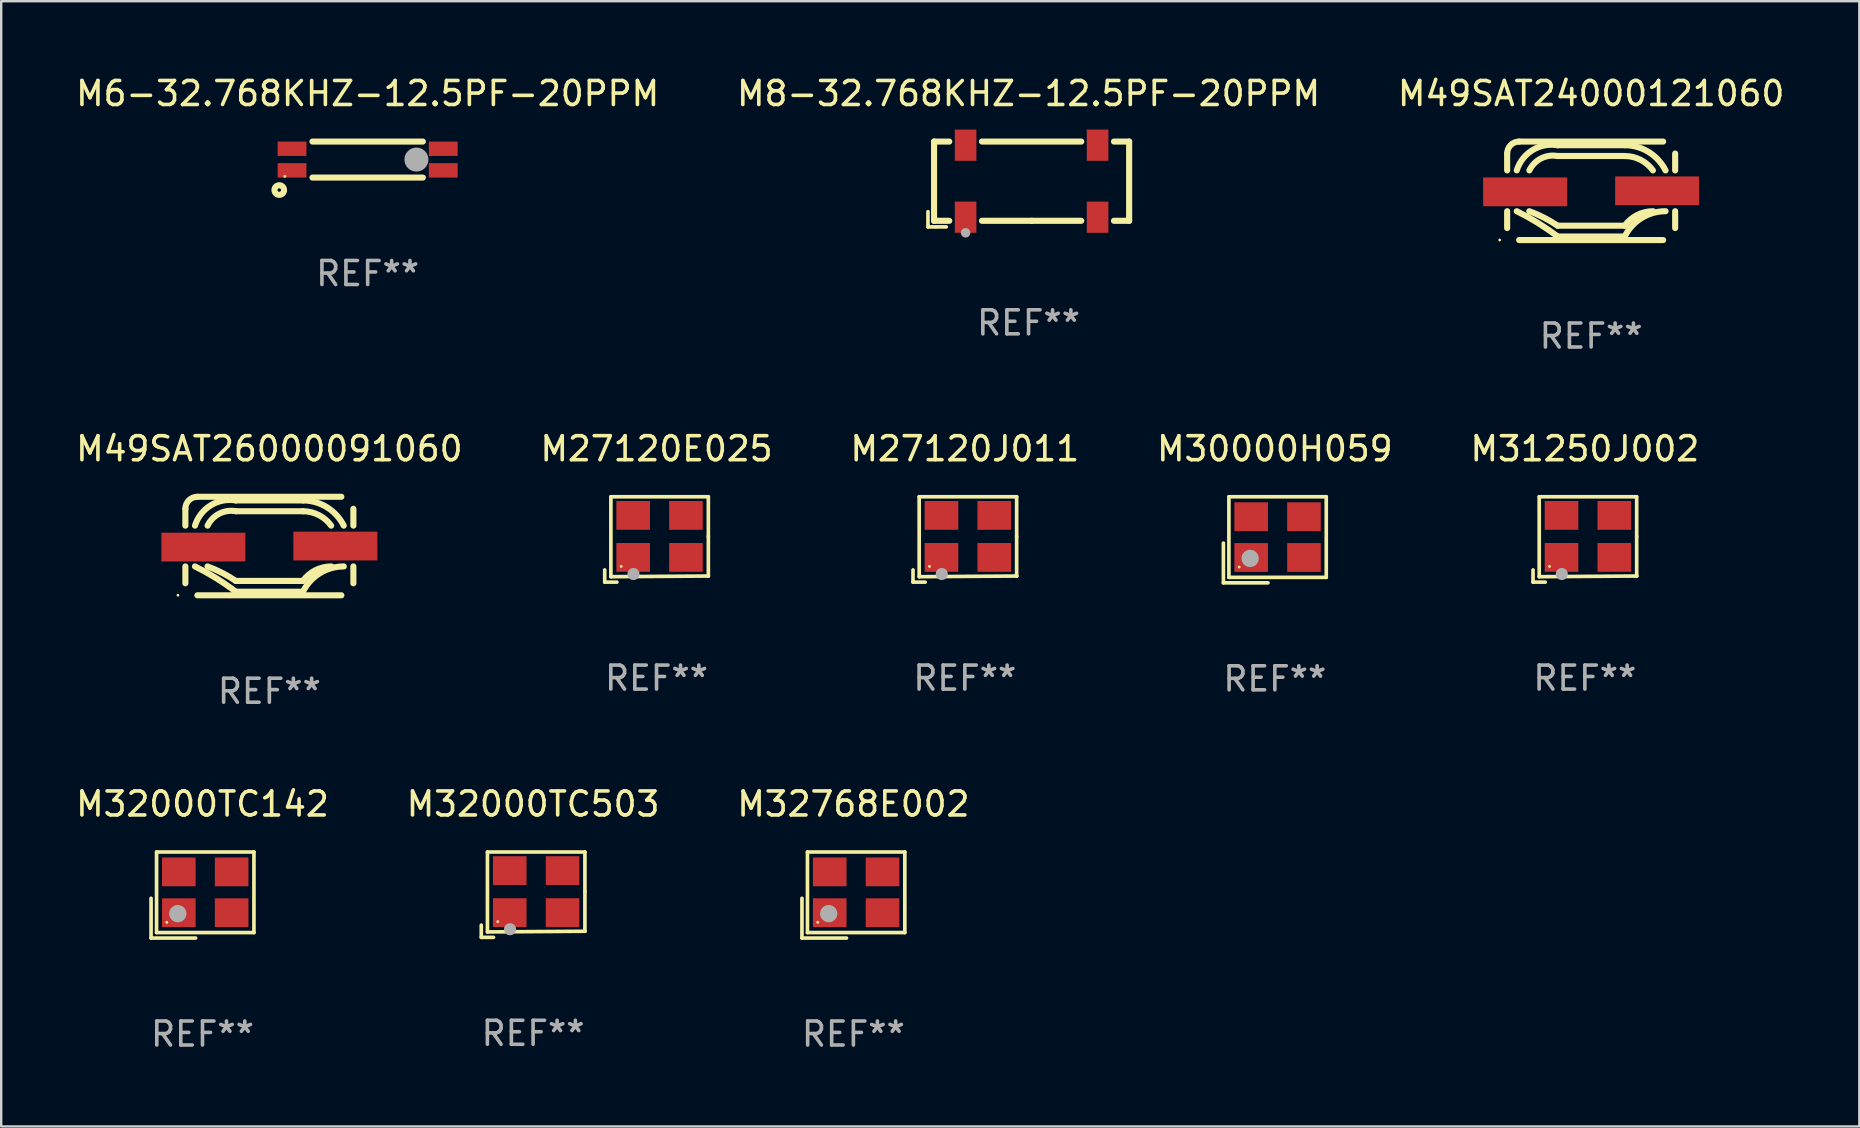
<source format=kicad_pcb>
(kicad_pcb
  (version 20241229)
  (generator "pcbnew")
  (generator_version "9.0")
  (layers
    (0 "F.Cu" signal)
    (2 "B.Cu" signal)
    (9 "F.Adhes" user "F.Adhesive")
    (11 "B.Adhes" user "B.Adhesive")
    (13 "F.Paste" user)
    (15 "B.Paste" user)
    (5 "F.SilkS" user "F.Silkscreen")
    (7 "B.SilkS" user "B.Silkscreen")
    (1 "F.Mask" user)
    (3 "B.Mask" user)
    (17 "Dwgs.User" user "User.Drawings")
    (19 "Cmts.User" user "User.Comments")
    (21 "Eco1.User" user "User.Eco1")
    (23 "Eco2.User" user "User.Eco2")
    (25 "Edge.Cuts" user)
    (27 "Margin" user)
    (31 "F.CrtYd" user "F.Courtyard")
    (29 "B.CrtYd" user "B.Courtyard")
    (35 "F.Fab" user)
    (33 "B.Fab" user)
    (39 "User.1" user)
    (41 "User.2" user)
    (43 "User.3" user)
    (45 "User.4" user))
  (footprint "M27120E025"
    (layer "F.Cu")
    (at 24.304 19.426)
    (property "Reference" "M27120E025" (at 0 -3.778 0) (layer "F.SilkS") (effects (font (size 1 1) (thickness 0.15))))
    (attr through_hole)
    (fp_line (start -2.159 1.27) (end -2.159 1.778) (stroke (width 0.152) (type solid)) (layer "F.SilkS"))
    (fp_line (start -2.159 1.778) (end -1.651 1.778) (stroke (width 0.152) (type solid)) (layer "F.SilkS"))
    (fp_line (start -1.902 -1.778) (end 2.159 -1.778) (stroke (width 0.152) (type solid)) (layer "F.SilkS"))
    (fp_line (start -1.902 1.552) (end -1.902 -1.778) (stroke (width 0.152) (type solid)) (layer "F.SilkS"))
    (fp_line (start 2.159 -1.778) (end 2.159 -0.127) (stroke (width 0.152) (type solid)) (layer "F.SilkS"))
    (fp_line (start 2.159 -0.127) (end 2.159 1.524) (stroke (width 0.152) (type solid)) (layer "F.SilkS"))
    (fp_line (start 2.159 1.524) (end -1.902 1.552) (stroke (width 0.152) (type solid)) (layer "F.SilkS"))
    (fp_line (start 2.159 1.524) (end 2.159 1.524) (stroke (width 0.152) (type solid)) (layer "F.SilkS"))
    (fp_circle (center -1.473 1.123) (end -1.443 1.123) (stroke (width 0.06) (type solid)) (fill no) (layer "F.SilkS"))
    (fp_circle (center -0.961 1.44) (end -0.834 1.44) (stroke (width 0.254) (type solid)) (fill no) (layer "F.Fab"))
    (fp_text user "REF**" (at 0 5.778 0) (layer "F.Fab") (effects (font (size 1 1) (thickness 0.15))))
    (pad "1" smd rect (at -0.973 0.748) (size 1.4 1.2) (layers "F.Cu" "F.Mask" "F.Paste"))
    (pad "2" smd rect (at 1.227 0.748) (size 1.4 1.2) (layers "F.Cu" "F.Mask" "F.Paste"))
    (pad "3" smd rect (at 1.227 -1.002) (size 1.4 1.2) (layers "F.Cu" "F.Mask" "F.Paste"))
    (pad "4" smd rect (at -0.973 -1.002) (size 1.4 1.2) (layers "F.Cu" "F.Mask" "F.Paste")))
  (footprint "M6-32.768KHZ-12.5PF-20PPM"
    (layer "F.Cu")
    (at 12.268 3.598)
    (property "Reference" "M6-32.768KHZ-12.5PF-20PPM" (at 0 -2.75 0) (layer "F.SilkS") (effects (font (size 1 1) (thickness 0.15))))
    (attr through_hole)
    (fp_line (start -2.3 -0.75) (end 2.3 -0.75) (stroke (width 0.254) (type solid)) (layer "F.SilkS"))
    (fp_line (start -2.3 0.75) (end 2.3 0.75) (stroke (width 0.254) (type solid)) (layer "F.SilkS"))
    (fp_circle (center -3.683 1.27) (end -3.483 1.27) (stroke (width 0.254) (type solid)) (fill no) (layer "F.SilkS"))
    (fp_circle (center -3.45 0.7) (end -3.42 0.7) (stroke (width 0.06) (type solid)) (fill no) (layer "F.SilkS"))
    (fp_circle (center 2.032 0.000013) (end 2.282 0.000013) (stroke (width 0.5) (type solid)) (fill no) (layer "F.Fab"))
    (fp_text user "REF**" (at 0 4.75 0) (layer "F.Fab") (effects (font (size 1 1) (thickness 0.15))))
    (pad "1" smd rect (at -3.15 0.45) (size 1.2 0.6) (layers "F.Cu" "F.Mask" "F.Paste"))
    (pad "2" smd rect (at 3.15 0.45) (size 1.2 0.6) (layers "F.Cu" "F.Mask" "F.Paste"))
    (pad "3" smd rect (at 3.15 -0.45 180) (size 1.2 0.6) (layers "F.Cu" "F.Mask" "F.Paste"))
    (pad "4" smd rect (at -3.15 -0.45 180) (size 1.2 0.6) (layers "F.Cu" "F.Mask" "F.Paste")))
  (footprint "M8-32.768KHZ-12.5PF-20PPM"
    (layer "F.Cu")
    (at 39.804 4.626)
    (property "Reference" "M8-32.768KHZ-12.5PF-20PPM" (at 0 -3.778 0) (layer "F.SilkS") (effects (font (size 1 1) (thickness 0.15))))
    (attr through_hole)
    (fp_line (start -4.191 1.143) (end -4.191 1.778) (stroke (width 0.152) (type solid)) (layer "F.SilkS"))
    (fp_line (start -4.191 1.778) (end -3.429 1.778) (stroke (width 0.152) (type solid)) (layer "F.SilkS"))
    (fp_line (start -3.937 -1.778) (end -3.304 -1.778) (stroke (width 0.254) (type solid)) (layer "F.SilkS"))
    (fp_line (start -3.937 1.524) (end -3.937 -1.778) (stroke (width 0.254) (type solid)) (layer "F.SilkS"))
    (fp_line (start -3.304 1.524) (end -3.937 1.524) (stroke (width 0.254) (type solid)) (layer "F.SilkS"))
    (fp_line (start -1.942 -1.778) (end 2.196 -1.778) (stroke (width 0.254) (type solid)) (layer "F.SilkS"))
    (fp_line (start 0.127 1.524) (end -1.942 1.524) (stroke (width 0.254) (type solid)) (layer "F.SilkS"))
    (fp_line (start 2.196 1.524) (end 0.127 1.524) (stroke (width 0.254) (type solid)) (layer "F.SilkS"))
    (fp_line (start 3.558 -1.778) (end 4.191 -1.778) (stroke (width 0.254) (type solid)) (layer "F.SilkS"))
    (fp_line (start 4.191 -1.778) (end 4.191 1.524) (stroke (width 0.254) (type solid)) (layer "F.SilkS"))
    (fp_line (start 4.191 1.524) (end 3.558 1.524) (stroke (width 0.254) (type solid)) (layer "F.SilkS"))
    (fp_circle (center -3.873 1.792) (end -3.843 1.792) (stroke (width 0.06) (type solid)) (fill no) (layer "F.SilkS"))
    (fp_circle (center -2.623 2.023) (end -2.523 2.023) (stroke (width 0.2) (type solid)) (fill no) (layer "F.Fab"))
    (fp_text user "REF**" (at 0 5.778 0) (layer "F.Fab") (effects (font (size 1 1) (thickness 0.15))))
    (pad "1" smd rect (at -2.623 1.373) (size 0.9 1.3) (layers "F.Cu" "F.Mask" "F.Paste"))
    (pad "2" smd rect (at 2.877 1.373) (size 0.9 1.3) (layers "F.Cu" "F.Mask" "F.Paste"))
    (pad "3" smd rect (at 2.877 -1.627) (size 0.9 1.3) (layers "F.Cu" "F.Mask" "F.Paste"))
    (pad "4" smd rect (at -2.623 -1.627) (size 0.9 1.3) (layers "F.Cu" "F.Mask" "F.Paste")))
  (footprint "M31250J002"
    (layer "F.Cu")
    (at 62.982 19.426)
    (property "Reference" "M31250J002" (at 0 -3.778 0) (layer "F.SilkS") (effects (font (size 1 1) (thickness 0.15))))
    (attr through_hole)
    (fp_line (start -2.159 1.27) (end -2.159 1.778) (stroke (width 0.152) (type solid)) (layer "F.SilkS"))
    (fp_line (start -2.159 1.778) (end -1.651 1.778) (stroke (width 0.152) (type solid)) (layer "F.SilkS"))
    (fp_line (start -1.902 -1.778) (end 2.159 -1.778) (stroke (width 0.152) (type solid)) (layer "F.SilkS"))
    (fp_line (start -1.902 1.552) (end -1.902 -1.778) (stroke (width 0.152) (type solid)) (layer "F.SilkS"))
    (fp_line (start 2.159 -1.778) (end 2.159 -0.127) (stroke (width 0.152) (type solid)) (layer "F.SilkS"))
    (fp_line (start 2.159 -0.127) (end 2.159 1.524) (stroke (width 0.152) (type solid)) (layer "F.SilkS"))
    (fp_line (start 2.159 1.524) (end -1.902 1.552) (stroke (width 0.152) (type solid)) (layer "F.SilkS"))
    (fp_line (start 2.159 1.524) (end 2.159 1.524) (stroke (width 0.152) (type solid)) (layer "F.SilkS"))
    (fp_circle (center -1.473 1.123) (end -1.443 1.123) (stroke (width 0.06) (type solid)) (fill no) (layer "F.SilkS"))
    (fp_circle (center -0.961 1.44) (end -0.834 1.44) (stroke (width 0.254) (type solid)) (fill no) (layer "F.Fab"))
    (fp_text user "REF**" (at 0 5.778 0) (layer "F.Fab") (effects (font (size 1 1) (thickness 0.15))))
    (pad "1" smd rect (at -0.973 0.748) (size 1.4 1.2) (layers "F.Cu" "F.Mask" "F.Paste"))
    (pad "2" smd rect (at 1.227 0.748) (size 1.4 1.2) (layers "F.Cu" "F.Mask" "F.Paste"))
    (pad "3" smd rect (at 1.227 -1.002) (size 1.4 1.2) (layers "F.Cu" "F.Mask" "F.Paste"))
    (pad "4" smd rect (at -0.973 -1.002) (size 1.4 1.2) (layers "F.Cu" "F.Mask" "F.Paste")))
  (footprint "M27120J011"
    (layer "F.Cu")
    (at 37.149 19.426)
    (property "Reference" "M27120J011" (at 0 -3.778 0) (layer "F.SilkS") (effects (font (size 1 1) (thickness 0.15))))
    (attr through_hole)
    (fp_line (start -2.159 1.27) (end -2.159 1.778) (stroke (width 0.152) (type solid)) (layer "F.SilkS"))
    (fp_line (start -2.159 1.778) (end -1.651 1.778) (stroke (width 0.152) (type solid)) (layer "F.SilkS"))
    (fp_line (start -1.902 -1.778) (end 2.159 -1.778) (stroke (width 0.152) (type solid)) (layer "F.SilkS"))
    (fp_line (start -1.902 1.552) (end -1.902 -1.778) (stroke (width 0.152) (type solid)) (layer "F.SilkS"))
    (fp_line (start 2.159 -1.778) (end 2.159 -0.127) (stroke (width 0.152) (type solid)) (layer "F.SilkS"))
    (fp_line (start 2.159 -0.127) (end 2.159 1.524) (stroke (width 0.152) (type solid)) (layer "F.SilkS"))
    (fp_line (start 2.159 1.524) (end -1.902 1.552) (stroke (width 0.152) (type solid)) (layer "F.SilkS"))
    (fp_line (start 2.159 1.524) (end 2.159 1.524) (stroke (width 0.152) (type solid)) (layer "F.SilkS"))
    (fp_circle (center -1.473 1.123) (end -1.443 1.123) (stroke (width 0.06) (type solid)) (fill no) (layer "F.SilkS"))
    (fp_circle (center -0.961 1.44) (end -0.834 1.44) (stroke (width 0.254) (type solid)) (fill no) (layer "F.Fab"))
    (fp_text user "REF**" (at 0 5.778 0) (layer "F.Fab") (effects (font (size 1 1) (thickness 0.15))))
    (pad "1" smd rect (at -0.973 0.748) (size 1.4 1.2) (layers "F.Cu" "F.Mask" "F.Paste"))
    (pad "2" smd rect (at 1.227 0.748) (size 1.4 1.2) (layers "F.Cu" "F.Mask" "F.Paste"))
    (pad "3" smd rect (at 1.227 -1.002) (size 1.4 1.2) (layers "F.Cu" "F.Mask" "F.Paste"))
    (pad "4" smd rect (at -0.973 -1.002) (size 1.4 1.2) (layers "F.Cu" "F.Mask" "F.Paste")))
  (footprint "M49SAT26000091060"
    (layer "F.Cu")
    (at 8.173 19.7)
    (property "Reference" "M49SAT26000091060" (at 0 -4.052 0) (layer "F.SilkS") (effects (font (size 1 1) (thickness 0.15))))
    (attr through_hole)
    (fp_line (start -3.5 -1.552) (end -3.5 -0.85) (stroke (width 0.254) (type solid)) (layer "F.SilkS"))
    (fp_line (start -3.5 0.85) (end -3.5 1.552) (stroke (width 0.254) (type solid)) (layer "F.SilkS"))
    (fp_line (start -3 -2.052) (end 3 -2.052) (stroke (width 0.254) (type solid)) (layer "F.SilkS"))
    (fp_line (start -3 2.052) (end 3 2.052) (stroke (width 0.254) (type solid)) (layer "F.SilkS"))
    (fp_line (start -1.399 1.454) (end 1.399 1.454) (stroke (width 0.254) (type solid)) (layer "F.SilkS"))
    (fp_line (start -1.399 1.904) (end 1.399 1.904) (stroke (width 0.254) (type solid)) (layer "F.SilkS"))
    (fp_line (start 1.399 -1.9) (end -1.399 -1.9) (stroke (width 0.254) (type solid)) (layer "F.SilkS"))
    (fp_line (start 1.399 -1.45) (end -1.399 -1.45) (stroke (width 0.254) (type solid)) (layer "F.SilkS"))
    (fp_line (start 3.5 -0.85) (end 3.5 -1.552) (stroke (width 0.254) (type solid)) (layer "F.SilkS"))
    (fp_line (start 3.5 1.552) (end 3.5 0.85) (stroke (width 0.254) (type solid)) (layer "F.SilkS"))
    (fp_arc (start -3.5 -1.551613) (mid -3.353553 -1.905166) (end -3 -2.051613) (stroke (width 0.254001) (type solid)) (layer "F.SilkS"))
    (fp_arc (start -3.10094 0.850013) (mid -2.223842 1.334917) (end -1.398705 1.903759) (stroke (width 0.254001) (type solid)) (layer "F.SilkS"))
    (fp_arc (start -3.098984 -0.849987) (mid -2.445592 -1.693546) (end -1.398705 -1.899797) (stroke (width 0.254001) (type solid)) (layer "F.SilkS"))
    (fp_arc (start -2.577038 0.850013) (mid -1.969431 1.11589) (end -1.398704 1.453747) (stroke (width 0.254001) (type solid)) (layer "F.SilkS"))
    (fp_arc (start -2.574219 -0.849987) (mid -2.087771 -1.348436) (end -1.398705 -1.449784) (stroke (width 0.254001) (type solid)) (layer "F.SilkS"))
    (fp_arc (start 1.39873 1.453747) (mid 1.915066 1.009732) (end 2.577064 0.850013) (stroke (width 0.254001) (type solid)) (layer "F.SilkS"))
    (fp_arc (start 1.39873 1.903759) (mid 2.099955 1.134771) (end 3.10094 0.850012) (stroke (width 0.254001) (type solid)) (layer "F.SilkS"))
    (fp_arc (start 1.398731 -1.899797) (mid 2.397845 -1.61619) (end 3.098984 -0.849987) (stroke (width 0.254001) (type solid)) (layer "F.SilkS"))
    (fp_arc (start 1.398731 -1.449784) (mid 2.058566 -1.29117) (end 2.574219 -0.849987) (stroke (width 0.254001) (type solid)) (layer "F.SilkS"))
    (fp_circle (center -3.81 2.05) (end -3.78 2.05) (stroke (width 0.06) (type solid)) (fill no) (layer "F.SilkS"))
    (fp_text user "REF**" (at 0 6.052 0) (layer "F.Fab") (effects (font (size 1 1) (thickness 0.15))))
    (pad "1" smd rect (at -2.75 0.044) (size 3.5 1.2) (layers "F.Cu" "F.Mask" "F.Paste"))
    (pad "2" smd rect (at 2.75 0.000406) (size 3.5 1.2) (layers "F.Cu" "F.Mask" "F.Paste")))
  (footprint "M32768E002"
    (layer "F.Cu")
    (at 32.506 34.241)
    (property "Reference" "M32768E002" (at 0 -3.793 0) (layer "F.SilkS") (effects (font (size 1 1) (thickness 0.15))))
    (attr through_hole)
    (fp_line (start -2.143 0.136) (end -2.143 1.793) (stroke (width 0.152) (type solid)) (layer "F.SilkS"))
    (fp_line (start -2.143 1.793) (end -0.286 1.793) (stroke (width 0.152) (type solid)) (layer "F.SilkS"))
    (fp_line (start -1.914 -1.793) (end 2.143 -1.793) (stroke (width 0.152) (type solid)) (layer "F.SilkS"))
    (fp_line (start -1.914 1.564) (end -1.914 -1.793) (stroke (width 0.152) (type solid)) (layer "F.SilkS"))
    (fp_line (start 2.143 -1.793) (end 2.143 1.564) (stroke (width 0.152) (type solid)) (layer "F.SilkS"))
    (fp_line (start 2.143 1.564) (end -1.914 1.564) (stroke (width 0.152) (type solid)) (layer "F.SilkS"))
    (fp_circle (center -1.486 1.136) (end -1.456 1.136) (stroke (width 0.06) (type solid)) (fill no) (layer "F.SilkS"))
    (fp_circle (center -1.029 0.775) (end -0.849 0.775) (stroke (width 0.36) (type solid)) (fill no) (layer "F.Fab"))
    (fp_text user "REF**" (at 0 5.793 0) (layer "F.Fab") (effects (font (size 1 1) (thickness 0.15))))
    (pad "1" smd rect (at -0.986 0.736) (size 1.4 1.2) (layers "F.Cu" "F.Mask" "F.Paste"))
    (pad "2" smd rect (at 1.214 0.736) (size 1.4 1.2) (layers "F.Cu" "F.Mask" "F.Paste"))
    (pad "3" smd rect (at 1.214 -0.964) (size 1.4 1.2) (layers "F.Cu" "F.Mask" "F.Paste"))
    (pad "4" smd rect (at -0.986 -0.964) (size 1.4 1.2) (layers "F.Cu" "F.Mask" "F.Paste")))
  (footprint "M32000TC142"
    (layer "F.Cu")
    (at 5.387 34.241)
    (property "Reference" "M32000TC142" (at 0 -3.793 0) (layer "F.SilkS") (effects (font (size 1 1) (thickness 0.15))))
    (attr through_hole)
    (fp_line (start -2.143 0.136) (end -2.143 1.793) (stroke (width 0.152) (type solid)) (layer "F.SilkS"))
    (fp_line (start -2.143 1.793) (end -0.286 1.793) (stroke (width 0.152) (type solid)) (layer "F.SilkS"))
    (fp_line (start -1.914 -1.793) (end 2.143 -1.793) (stroke (width 0.152) (type solid)) (layer "F.SilkS"))
    (fp_line (start -1.914 1.564) (end -1.914 -1.793) (stroke (width 0.152) (type solid)) (layer "F.SilkS"))
    (fp_line (start 2.143 -1.793) (end 2.143 1.564) (stroke (width 0.152) (type solid)) (layer "F.SilkS"))
    (fp_line (start 2.143 1.564) (end -1.914 1.564) (stroke (width 0.152) (type solid)) (layer "F.SilkS"))
    (fp_circle (center -1.486 1.136) (end -1.456 1.136) (stroke (width 0.06) (type solid)) (fill no) (layer "F.SilkS"))
    (fp_circle (center -1.029 0.775) (end -0.849 0.775) (stroke (width 0.36) (type solid)) (fill no) (layer "F.Fab"))
    (fp_text user "REF**" (at 0 5.793 0) (layer "F.Fab") (effects (font (size 1 1) (thickness 0.15))))
    (pad "1" smd rect (at -0.986 0.736) (size 1.4 1.2) (layers "F.Cu" "F.Mask" "F.Paste"))
    (pad "2" smd rect (at 1.214 0.736) (size 1.4 1.2) (layers "F.Cu" "F.Mask" "F.Paste"))
    (pad "3" smd rect (at 1.214 -0.964) (size 1.4 1.2) (layers "F.Cu" "F.Mask" "F.Paste"))
    (pad "4" smd rect (at -0.986 -0.964) (size 1.4 1.2) (layers "F.Cu" "F.Mask" "F.Paste")))
  (footprint "M30000H059"
    (layer "F.Cu")
    (at 50.065 19.441)
    (property "Reference" "M30000H059" (at 0 -3.793 0) (layer "F.SilkS") (effects (font (size 1 1) (thickness 0.15))))
    (attr through_hole)
    (fp_line (start -2.143 0.136) (end -2.143 1.793) (stroke (width 0.152) (type solid)) (layer "F.SilkS"))
    (fp_line (start -2.143 1.793) (end -0.286 1.793) (stroke (width 0.152) (type solid)) (layer "F.SilkS"))
    (fp_line (start -1.914 -1.793) (end 2.143 -1.793) (stroke (width 0.152) (type solid)) (layer "F.SilkS"))
    (fp_line (start -1.914 1.564) (end -1.914 -1.793) (stroke (width 0.152) (type solid)) (layer "F.SilkS"))
    (fp_line (start 2.143 -1.793) (end 2.143 1.564) (stroke (width 0.152) (type solid)) (layer "F.SilkS"))
    (fp_line (start 2.143 1.564) (end -1.914 1.564) (stroke (width 0.152) (type solid)) (layer "F.SilkS"))
    (fp_circle (center -1.486 1.136) (end -1.456 1.136) (stroke (width 0.06) (type solid)) (fill no) (layer "F.SilkS"))
    (fp_circle (center -1.029 0.775) (end -0.849 0.775) (stroke (width 0.36) (type solid)) (fill no) (layer "F.Fab"))
    (fp_text user "REF**" (at 0 5.793 0) (layer "F.Fab") (effects (font (size 1 1) (thickness 0.15))))
    (pad "1" smd rect (at -0.986 0.736) (size 1.4 1.2) (layers "F.Cu" "F.Mask" "F.Paste"))
    (pad "2" smd rect (at 1.214 0.736) (size 1.4 1.2) (layers "F.Cu" "F.Mask" "F.Paste"))
    (pad "3" smd rect (at 1.214 -0.964) (size 1.4 1.2) (layers "F.Cu" "F.Mask" "F.Paste"))
    (pad "4" smd rect (at -0.986 -0.964) (size 1.4 1.2) (layers "F.Cu" "F.Mask" "F.Paste")))
  (footprint "M32000TC503"
    (layer "F.Cu")
    (at 19.161 34.226)
    (property "Reference" "M32000TC503" (at 0 -3.778 0) (layer "F.SilkS") (effects (font (size 1 1) (thickness 0.15))))
    (attr through_hole)
    (fp_line (start -2.159 1.27) (end -2.159 1.778) (stroke (width 0.152) (type solid)) (layer "F.SilkS"))
    (fp_line (start -2.159 1.778) (end -1.651 1.778) (stroke (width 0.152) (type solid)) (layer "F.SilkS"))
    (fp_line (start -1.902 -1.778) (end 2.159 -1.778) (stroke (width 0.152) (type solid)) (layer "F.SilkS"))
    (fp_line (start -1.902 1.552) (end -1.902 -1.778) (stroke (width 0.152) (type solid)) (layer "F.SilkS"))
    (fp_line (start 2.159 -1.778) (end 2.159 -0.127) (stroke (width 0.152) (type solid)) (layer "F.SilkS"))
    (fp_line (start 2.159 -0.127) (end 2.159 1.524) (stroke (width 0.152) (type solid)) (layer "F.SilkS"))
    (fp_line (start 2.159 1.524) (end -1.902 1.552) (stroke (width 0.152) (type solid)) (layer "F.SilkS"))
    (fp_line (start 2.159 1.524) (end 2.159 1.524) (stroke (width 0.152) (type solid)) (layer "F.SilkS"))
    (fp_circle (center -1.473 1.123) (end -1.443 1.123) (stroke (width 0.06) (type solid)) (fill no) (layer "F.SilkS"))
    (fp_circle (center -0.961 1.44) (end -0.834 1.44) (stroke (width 0.254) (type solid)) (fill no) (layer "F.Fab"))
    (fp_text user "REF**" (at 0 5.778 0) (layer "F.Fab") (effects (font (size 1 1) (thickness 0.15))))
    (pad "1" smd rect (at -0.973 0.748) (size 1.4 1.2) (layers "F.Cu" "F.Mask" "F.Paste"))
    (pad "2" smd rect (at 1.227 0.748) (size 1.4 1.2) (layers "F.Cu" "F.Mask" "F.Paste"))
    (pad "3" smd rect (at 1.227 -1.002) (size 1.4 1.2) (layers "F.Cu" "F.Mask" "F.Paste"))
    (pad "4" smd rect (at -0.973 -1.002) (size 1.4 1.2) (layers "F.Cu" "F.Mask" "F.Paste")))
  (footprint "M49SAT24000121060"
    (layer "F.Cu")
    (at 63.244 4.9)
    (property "Reference" "M49SAT24000121060" (at 0 -4.052 0) (layer "F.SilkS") (effects (font (size 1 1) (thickness 0.15))))
    (attr through_hole)
    (fp_line (start -3.5 -1.552) (end -3.5 -0.85) (stroke (width 0.254) (type solid)) (layer "F.SilkS"))
    (fp_line (start -3.5 0.85) (end -3.5 1.552) (stroke (width 0.254) (type solid)) (layer "F.SilkS"))
    (fp_line (start -3 -2.052) (end 3 -2.052) (stroke (width 0.254) (type solid)) (layer "F.SilkS"))
    (fp_line (start -3 2.052) (end 3 2.052) (stroke (width 0.254) (type solid)) (layer "F.SilkS"))
    (fp_line (start -1.399 1.454) (end 1.399 1.454) (stroke (width 0.254) (type solid)) (layer "F.SilkS"))
    (fp_line (start -1.399 1.904) (end 1.399 1.904) (stroke (width 0.254) (type solid)) (layer "F.SilkS"))
    (fp_line (start 1.399 -1.9) (end -1.399 -1.9) (stroke (width 0.254) (type solid)) (layer "F.SilkS"))
    (fp_line (start 1.399 -1.45) (end -1.399 -1.45) (stroke (width 0.254) (type solid)) (layer "F.SilkS"))
    (fp_line (start 3.5 -0.85) (end 3.5 -1.552) (stroke (width 0.254) (type solid)) (layer "F.SilkS"))
    (fp_line (start 3.5 1.552) (end 3.5 0.85) (stroke (width 0.254) (type solid)) (layer "F.SilkS"))
    (fp_arc (start -3.5 -1.551613) (mid -3.353553 -1.905166) (end -3 -2.051613) (stroke (width 0.254001) (type solid)) (layer "F.SilkS"))
    (fp_arc (start -3.10094 0.850013) (mid -2.223842 1.334917) (end -1.398705 1.903759) (stroke (width 0.254001) (type solid)) (layer "F.SilkS"))
    (fp_arc (start -3.098984 -0.849987) (mid -2.445592 -1.693546) (end -1.398705 -1.899797) (stroke (width 0.254001) (type solid)) (layer "F.SilkS"))
    (fp_arc (start -2.577038 0.850013) (mid -1.969431 1.11589) (end -1.398704 1.453747) (stroke (width 0.254001) (type solid)) (layer "F.SilkS"))
    (fp_arc (start -2.574219 -0.849987) (mid -2.087771 -1.348436) (end -1.398705 -1.449784) (stroke (width 0.254001) (type solid)) (layer "F.SilkS"))
    (fp_arc (start 1.39873 1.453747) (mid 1.915066 1.009732) (end 2.577064 0.850013) (stroke (width 0.254001) (type solid)) (layer "F.SilkS"))
    (fp_arc (start 1.39873 1.903759) (mid 2.099955 1.134771) (end 3.10094 0.850012) (stroke (width 0.254001) (type solid)) (layer "F.SilkS"))
    (fp_arc (start 1.398731 -1.899797) (mid 2.397845 -1.61619) (end 3.098984 -0.849987) (stroke (width 0.254001) (type solid)) (layer "F.SilkS"))
    (fp_arc (start 1.398731 -1.449784) (mid 2.058566 -1.29117) (end 2.574219 -0.849987) (stroke (width 0.254001) (type solid)) (layer "F.SilkS"))
    (fp_circle (center -3.81 2.05) (end -3.78 2.05) (stroke (width 0.06) (type solid)) (fill no) (layer "F.SilkS"))
    (fp_text user "REF**" (at 0 6.052 0) (layer "F.Fab") (effects (font (size 1 1) (thickness 0.15))))
    (pad "1" smd rect (at -2.75 0.044) (size 3.5 1.2) (layers "F.Cu" "F.Mask" "F.Paste"))
    (pad "2" smd rect (at 2.75 0.000406) (size 3.5 1.2) (layers "F.Cu" "F.Mask" "F.Paste")))
  (gr_rect
    (start -3 -3)
    (end 74.417 43.882)
    (stroke (width 0.1) (type default))
    (fill no)
    (layer "Edge.Cuts")))
</source>
